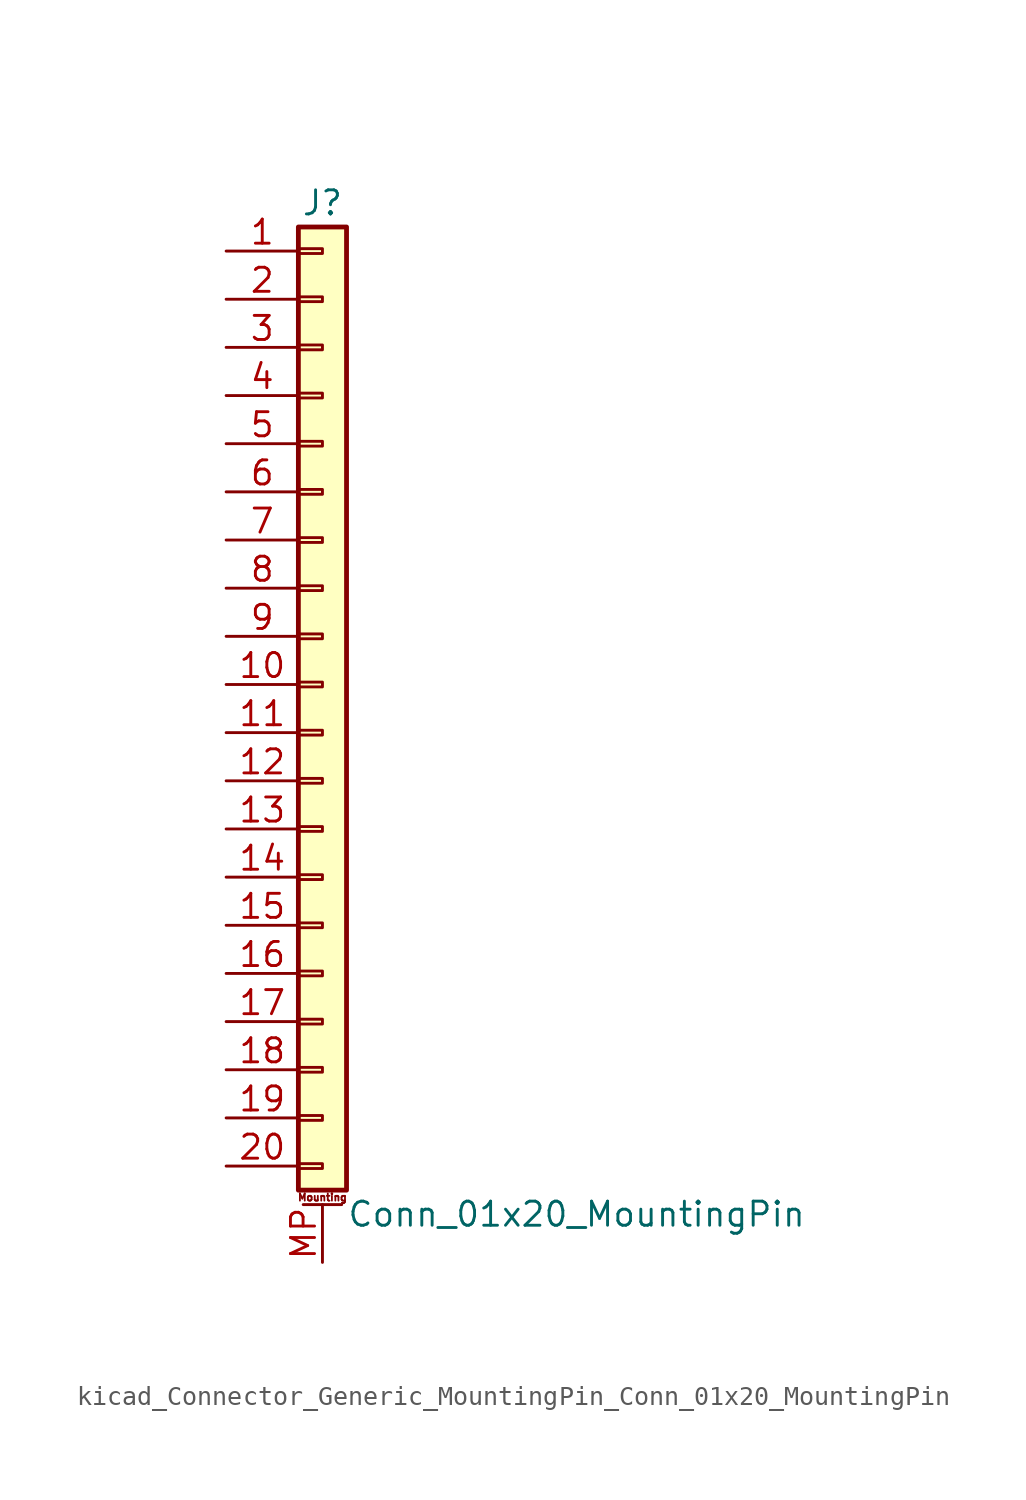
<source format=kicad_sym>
(kicad_symbol_lib
  (version 20220914)
  (generator kicad_symbol_editor)
  (symbol "kicad_Connector_Generic_MountingPin_Conn_01x20_MountingPin"
    (pin_names
      (offset 1.016) hide)
    (property "Reference" "J"
      (at 0 25.4 0)
      (effects (font (size 1.27 1.27))))
    (property "Value" "Conn_01x20_MountingPin"
      (at 1.27 -27.94 0)
      (effects (font (size 1.27 1.27)) (justify left)))
    (symbol "kicad_Connector_Generic_MountingPin_Conn_01x20_MountingPin_1_1"
      (rectangle (start -1.27 -25.273) (end 0 -25.527) (stroke (width 0.152) (type default)) (fill (type none)))
      (rectangle (start -1.27 -22.733) (end 0 -22.987) (stroke (width 0.152) (type default)) (fill (type none)))
      (rectangle (start -1.27 -20.193) (end 0 -20.447) (stroke (width 0.152) (type default)) (fill (type none)))
      (rectangle (start -1.27 -17.653) (end 0 -17.907) (stroke (width 0.152) (type default)) (fill (type none)))
      (rectangle (start -1.27 -15.113) (end 0 -15.367) (stroke (width 0.152) (type default)) (fill (type none)))
      (rectangle (start -1.27 -12.573) (end 0 -12.827) (stroke (width 0.152) (type default)) (fill (type none)))
      (rectangle (start -1.27 -10.033) (end 0 -10.287) (stroke (width 0.152) (type default)) (fill (type none)))
      (rectangle (start -1.27 -7.493) (end 0 -7.747) (stroke (width 0.152) (type default)) (fill (type none)))
      (rectangle (start -1.27 -4.953) (end 0 -5.207) (stroke (width 0.152) (type default)) (fill (type none)))
      (rectangle (start -1.27 -2.413) (end 0 -2.667) (stroke (width 0.152) (type default)) (fill (type none)))
      (rectangle (start -1.27 0.127) (end 0 -0.127) (stroke (width 0.152) (type default)) (fill (type none)))
      (rectangle (start -1.27 2.667) (end 0 2.413) (stroke (width 0.152) (type default)) (fill (type none)))
      (rectangle (start -1.27 5.207) (end 0 4.953) (stroke (width 0.152) (type default)) (fill (type none)))
      (rectangle (start -1.27 7.747) (end 0 7.493) (stroke (width 0.152) (type default)) (fill (type none)))
      (rectangle (start -1.27 10.287) (end 0 10.033) (stroke (width 0.152) (type default)) (fill (type none)))
      (rectangle (start -1.27 12.827) (end 0 12.573) (stroke (width 0.152) (type default)) (fill (type none)))
      (rectangle (start -1.27 15.367) (end 0 15.113) (stroke (width 0.152) (type default)) (fill (type none)))
      (rectangle (start -1.27 17.907) (end 0 17.653) (stroke (width 0.152) (type default)) (fill (type none)))
      (rectangle (start -1.27 20.447) (end 0 20.193) (stroke (width 0.152) (type default)) (fill (type none)))
      (rectangle (start -1.27 22.987) (end 0 22.733) (stroke (width 0.152) (type default)) (fill (type none)))
      (rectangle (start -1.27 24.13) (end 1.27 -26.67) (stroke (width 0.254) (type default)) (fill (type background)))
      (polyline (pts (xy -1.016 -27.432) (xy 1.016 -27.432)) (stroke (width 0.152) (type default)) (fill (type none)))
      (text "Mounting" (at 0 -27.051 0) (effects (font (size 0.381 0.381))))
      (pin passive line (at -5.08 22.86 0) (length 3.81) (name "Pin_1" (effects (font (size 1.27 1.27)))) (number "1" (effects (font (size 1.27 1.27)))))
      (pin passive line (at -5.08 0 0) (length 3.81) (name "Pin_10" (effects (font (size 1.27 1.27)))) (number "10" (effects (font (size 1.27 1.27)))))
      (pin passive line (at -5.08 -2.54 0) (length 3.81) (name "Pin_11" (effects (font (size 1.27 1.27)))) (number "11" (effects (font (size 1.27 1.27)))))
      (pin passive line (at -5.08 -5.08 0) (length 3.81) (name "Pin_12" (effects (font (size 1.27 1.27)))) (number "12" (effects (font (size 1.27 1.27)))))
      (pin passive line (at -5.08 -7.62 0) (length 3.81) (name "Pin_13" (effects (font (size 1.27 1.27)))) (number "13" (effects (font (size 1.27 1.27)))))
      (pin passive line (at -5.08 -10.16 0) (length 3.81) (name "Pin_14" (effects (font (size 1.27 1.27)))) (number "14" (effects (font (size 1.27 1.27)))))
      (pin passive line (at -5.08 -12.7 0) (length 3.81) (name "Pin_15" (effects (font (size 1.27 1.27)))) (number "15" (effects (font (size 1.27 1.27)))))
      (pin passive line (at -5.08 -15.24 0) (length 3.81) (name "Pin_16" (effects (font (size 1.27 1.27)))) (number "16" (effects (font (size 1.27 1.27)))))
      (pin passive line (at -5.08 -17.78 0) (length 3.81) (name "Pin_17" (effects (font (size 1.27 1.27)))) (number "17" (effects (font (size 1.27 1.27)))))
      (pin passive line (at -5.08 -20.32 0) (length 3.81) (name "Pin_18" (effects (font (size 1.27 1.27)))) (number "18" (effects (font (size 1.27 1.27)))))
      (pin passive line (at -5.08 -22.86 0) (length 3.81) (name "Pin_19" (effects (font (size 1.27 1.27)))) (number "19" (effects (font (size 1.27 1.27)))))
      (pin passive line (at -5.08 20.32 0) (length 3.81) (name "Pin_2" (effects (font (size 1.27 1.27)))) (number "2" (effects (font (size 1.27 1.27)))))
      (pin passive line (at -5.08 -25.4 0) (length 3.81) (name "Pin_20" (effects (font (size 1.27 1.27)))) (number "20" (effects (font (size 1.27 1.27)))))
      (pin passive line (at -5.08 17.78 0) (length 3.81) (name "Pin_3" (effects (font (size 1.27 1.27)))) (number "3" (effects (font (size 1.27 1.27)))))
      (pin passive line (at -5.08 15.24 0) (length 3.81) (name "Pin_4" (effects (font (size 1.27 1.27)))) (number "4" (effects (font (size 1.27 1.27)))))
      (pin passive line (at -5.08 12.7 0) (length 3.81) (name "Pin_5" (effects (font (size 1.27 1.27)))) (number "5" (effects (font (size 1.27 1.27)))))
      (pin passive line (at -5.08 10.16 0) (length 3.81) (name "Pin_6" (effects (font (size 1.27 1.27)))) (number "6" (effects (font (size 1.27 1.27)))))
      (pin passive line (at -5.08 7.62 0) (length 3.81) (name "Pin_7" (effects (font (size 1.27 1.27)))) (number "7" (effects (font (size 1.27 1.27)))))
      (pin passive line (at -5.08 5.08 0) (length 3.81) (name "Pin_8" (effects (font (size 1.27 1.27)))) (number "8" (effects (font (size 1.27 1.27)))))
      (pin passive line (at -5.08 2.54 0) (length 3.81) (name "Pin_9" (effects (font (size 1.27 1.27)))) (number "9" (effects (font (size 1.27 1.27)))))
      (pin passive line (at 0 -30.48 90) (length 3.048) (name "MountPin" (effects (font (size 1.27 1.27)))) (number "MP" (effects (font (size 1.27 1.27))))))))
</source>
